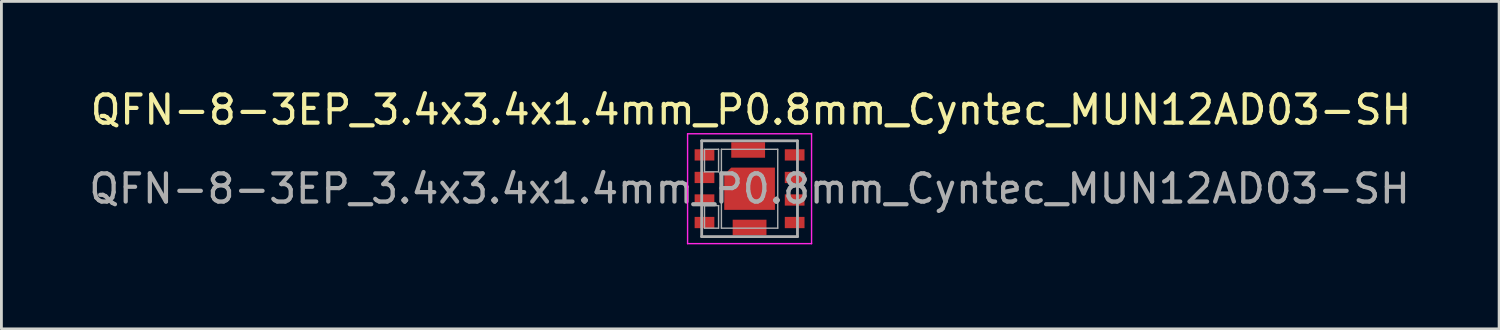
<source format=kicad_pcb>
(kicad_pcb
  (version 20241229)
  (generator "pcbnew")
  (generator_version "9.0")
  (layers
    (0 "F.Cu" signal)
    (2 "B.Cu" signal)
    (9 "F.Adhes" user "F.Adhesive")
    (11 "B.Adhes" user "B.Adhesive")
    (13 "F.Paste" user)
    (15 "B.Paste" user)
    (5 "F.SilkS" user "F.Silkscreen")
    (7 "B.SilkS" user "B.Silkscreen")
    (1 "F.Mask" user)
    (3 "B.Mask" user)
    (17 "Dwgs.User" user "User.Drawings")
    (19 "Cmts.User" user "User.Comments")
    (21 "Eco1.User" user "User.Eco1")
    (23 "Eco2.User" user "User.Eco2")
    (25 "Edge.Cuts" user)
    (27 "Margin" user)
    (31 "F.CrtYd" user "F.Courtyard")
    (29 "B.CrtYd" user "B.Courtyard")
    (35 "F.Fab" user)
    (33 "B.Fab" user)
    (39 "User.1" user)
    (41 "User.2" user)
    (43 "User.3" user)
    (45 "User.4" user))
  (footprint "QFN-8-3EP_3.4x3.4x1.4mm_P0.8mm_Cyntec_MUN12AD03-SH"
    (layer "F.Cu")
    (at 23.554 3.648)
    (property "Reference" "QFN-8-3EP_3.4x3.4x1.4mm_P0.8mm_Cyntec_MUN12AD03-SH" (at 0.05 -2.8 0) (layer "F.SilkS") (effects (font (size 1 1) (thickness 0.15))))
    (attr smd)
    (fp_line (start -2.2 -1.95) (end -2.2 1.95) (stroke (width 0.05) (type solid)) (layer "F.CrtYd"))
    (fp_line (start -2.2 1.95) (end 2.2 1.95) (stroke (width 0.05) (type solid)) (layer "F.CrtYd"))
    (fp_line (start 2.2 -1.95) (end -2.2 -1.95) (stroke (width 0.05) (type solid)) (layer "F.CrtYd"))
    (fp_line (start 2.2 1.95) (end 2.2 -1.95) (stroke (width 0.05) (type solid)) (layer "F.CrtYd"))
    (fp_line (start -1.7 -1.7) (end -1.7 1.7) (stroke (width 0.1) (type solid)) (layer "F.Fab"))
    (fp_line (start -1.7 1.7) (end 1.7 1.7) (stroke (width 0.1) (type solid)) (layer "F.Fab"))
    (fp_line (start -1.6 -1.4) (end -1.6 -0.6) (stroke (width 0.05) (type solid)) (layer "F.Fab"))
    (fp_line (start -1.6 -0.6) (end -1.1 -0.6) (stroke (width 0.05) (type solid)) (layer "F.Fab"))
    (fp_line (start -1.6 0.6) (end -1.1 0.6) (stroke (width 0.05) (type solid)) (layer "F.Fab"))
    (fp_line (start -1.6 1.4) (end -1.6 0.6) (stroke (width 0.05) (type solid)) (layer "F.Fab"))
    (fp_line (start -1.1 -1.4) (end -1.6 -1.4) (stroke (width 0.05) (type solid)) (layer "F.Fab"))
    (fp_line (start -1.1 -0.6) (end -1.1 -1.4) (stroke (width 0.05) (type solid)) (layer "F.Fab"))
    (fp_line (start -1.1 0.6) (end -1.1 1.4) (stroke (width 0.05) (type solid)) (layer "F.Fab"))
    (fp_line (start -1.1 1.4) (end -1.6 1.4) (stroke (width 0.05) (type solid)) (layer "F.Fab"))
    (fp_line (start -1 -1.4) (end -1 1.4) (stroke (width 0.05) (type solid)) (layer "F.Fab"))
    (fp_line (start -1 1.4) (end 1 1.4) (stroke (width 0.05) (type solid)) (layer "F.Fab"))
    (fp_line (start 1 -1.4) (end -1 -1.4) (stroke (width 0.05) (type solid)) (layer "F.Fab"))
    (fp_line (start 1 1.4) (end 1 -1.4) (stroke (width 0.05) (type solid)) (layer "F.Fab"))
    (fp_line (start 1.7 -1.7) (end -1.7 -1.7) (stroke (width 0.1) (type solid)) (layer "F.Fab"))
    (fp_line (start 1.7 1.7) (end 1.7 -1.7) (stroke (width 0.1) (type solid)) (layer "F.Fab"))
    (fp_text user "${REFERENCE}" (at 0 0 0) (layer "F.Fab") (effects (font (size 1 1) (thickness 0.15))))
    (pad "1" smd rect (at -1.6 -1.2) (size 0.7 0.4) (layers "F.Cu" "F.Mask" "F.Paste"))
    (pad "2" smd rect (at -1.6 0.4) (size 0.7 0.4) (layers "F.Cu" "F.Mask" "F.Paste"))
    (pad "3" smd rect (at -1.6 -0.4) (size 0.7 0.4) (layers "F.Cu" "F.Mask" "F.Paste"))
    (pad "4" smd rect (at -1.6 1.2) (size 0.7 0.4) (layers "F.Cu" "F.Mask" "F.Paste"))
    (pad "5" smd rect (at 1.6 1.2) (size 0.7 0.4) (layers "F.Cu" "F.Mask" "F.Paste"))
    (pad "6" smd rect (at 1.6 0.4) (size 0.7 0.4) (layers "F.Cu" "F.Mask" "F.Paste"))
    (pad "7" smd rect (at 1.6 -0.4) (size 0.7 0.4) (layers "F.Cu" "F.Mask" "F.Paste"))
    (pad "8" smd rect (at 1.6 -1.2) (size 0.7 0.4) (layers "F.Cu" "F.Mask" "F.Paste"))
    (pad "9" smd rect (at 0 1.375) (size 1.2 0.55) (layers "F.Cu" "F.Mask" "F.Paste"))
    (pad "10" smd custom (at 0 0) (size 1.8 1) (layers "F.Cu" "F.Mask" "F.Paste") (options (anchor rect)) (primitives (gr_poly (pts (xy -0.9 -0.5) (xy -0.65 -0.75) (xy 0.9 -0.75) (xy 0.9 0.75) (xy -0.9 0.75)) (width 0) (fill yes))))
    (pad "11" smd rect (at -0.05 -1.375) (size 1.2 0.55) (layers "F.Cu" "F.Mask" "F.Paste")))
  (gr_rect
    (start -3 -3)
    (end 50.157 8.623)
    (stroke (width 0.1) (type default))
    (fill no)
    (layer "Edge.Cuts")))
</source>
